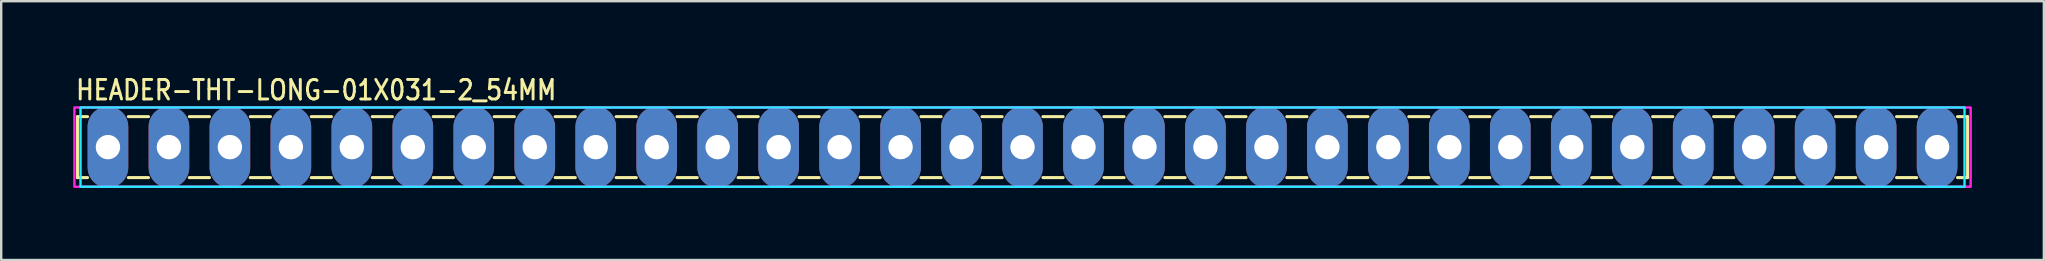
<source format=kicad_pcb>
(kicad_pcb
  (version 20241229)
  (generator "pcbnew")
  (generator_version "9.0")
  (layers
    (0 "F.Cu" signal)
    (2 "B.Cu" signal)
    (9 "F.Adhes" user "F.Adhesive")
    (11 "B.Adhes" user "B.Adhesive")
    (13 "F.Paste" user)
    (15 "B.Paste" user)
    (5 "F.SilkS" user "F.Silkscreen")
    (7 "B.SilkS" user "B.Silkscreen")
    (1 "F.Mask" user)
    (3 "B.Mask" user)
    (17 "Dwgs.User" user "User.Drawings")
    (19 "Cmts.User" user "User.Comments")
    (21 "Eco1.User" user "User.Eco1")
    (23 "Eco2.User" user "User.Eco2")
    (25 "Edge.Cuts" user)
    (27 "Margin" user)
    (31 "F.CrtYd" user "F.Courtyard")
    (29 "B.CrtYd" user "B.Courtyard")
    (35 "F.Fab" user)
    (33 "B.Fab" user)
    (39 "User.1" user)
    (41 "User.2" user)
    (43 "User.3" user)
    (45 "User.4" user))
  (footprint "HEADER-THT-LONG-01X031-2_54MM"
    (layer "F.Cu")
    (at 1.447 3.079)
    (property "Reference" "HEADER-THT-LONG-01X031-2_54MM" (at -1.4 -1.9 0) (unlocked yes) (layer "F.SilkS") (effects (font (size 0.813 0.695) (thickness 0.122)) (justify left bottom)))
    (fp_line (start -1.27 -1.27) (end -1.27 1.27) (stroke (width 0.127) (type solid)) (layer "F.SilkS"))
    (fp_line (start -1.27 1.27) (end -0.85 1.27) (stroke (width 0.127) (type solid)) (layer "F.SilkS"))
    (fp_line (start -0.85 -1.27) (end -1.27 -1.27) (stroke (width 0.127) (type solid)) (layer "F.SilkS"))
    (fp_line (start 0.85 -1.27) (end 1.69 -1.27) (stroke (width 0.127) (type solid)) (layer "F.SilkS"))
    (fp_line (start 0.85 1.27) (end 1.69 1.27) (stroke (width 0.127) (type solid)) (layer "F.SilkS"))
    (fp_line (start 3.39 -1.27) (end 4.23 -1.27) (stroke (width 0.127) (type solid)) (layer "F.SilkS"))
    (fp_line (start 3.39 1.27) (end 4.23 1.27) (stroke (width 0.127) (type solid)) (layer "F.SilkS"))
    (fp_line (start 5.93 -1.27) (end 6.77 -1.27) (stroke (width 0.127) (type solid)) (layer "F.SilkS"))
    (fp_line (start 5.93 1.27) (end 6.77 1.27) (stroke (width 0.127) (type solid)) (layer "F.SilkS"))
    (fp_line (start 8.47 -1.27) (end 9.31 -1.27) (stroke (width 0.127) (type solid)) (layer "F.SilkS"))
    (fp_line (start 8.47 1.27) (end 9.31 1.27) (stroke (width 0.127) (type solid)) (layer "F.SilkS"))
    (fp_line (start 11.01 -1.27) (end 11.85 -1.27) (stroke (width 0.127) (type solid)) (layer "F.SilkS"))
    (fp_line (start 11.01 1.27) (end 11.85 1.27) (stroke (width 0.127) (type solid)) (layer "F.SilkS"))
    (fp_line (start 13.55 -1.27) (end 14.39 -1.27) (stroke (width 0.127) (type solid)) (layer "F.SilkS"))
    (fp_line (start 13.55 1.27) (end 14.39 1.27) (stroke (width 0.127) (type solid)) (layer "F.SilkS"))
    (fp_line (start 16.09 -1.27) (end 16.93 -1.27) (stroke (width 0.127) (type solid)) (layer "F.SilkS"))
    (fp_line (start 16.09 1.27) (end 16.93 1.27) (stroke (width 0.127) (type solid)) (layer "F.SilkS"))
    (fp_line (start 18.63 -1.27) (end 19.47 -1.27) (stroke (width 0.127) (type solid)) (layer "F.SilkS"))
    (fp_line (start 18.63 1.27) (end 19.47 1.27) (stroke (width 0.127) (type solid)) (layer "F.SilkS"))
    (fp_line (start 21.17 -1.27) (end 22.01 -1.27) (stroke (width 0.127) (type solid)) (layer "F.SilkS"))
    (fp_line (start 21.17 1.27) (end 22.01 1.27) (stroke (width 0.127) (type solid)) (layer "F.SilkS"))
    (fp_line (start 23.71 -1.27) (end 24.55 -1.27) (stroke (width 0.127) (type solid)) (layer "F.SilkS"))
    (fp_line (start 23.71 1.27) (end 24.55 1.27) (stroke (width 0.127) (type solid)) (layer "F.SilkS"))
    (fp_line (start 26.25 -1.27) (end 27.09 -1.27) (stroke (width 0.127) (type solid)) (layer "F.SilkS"))
    (fp_line (start 26.25 1.27) (end 27.09 1.27) (stroke (width 0.127) (type solid)) (layer "F.SilkS"))
    (fp_line (start 28.79 -1.27) (end 29.63 -1.27) (stroke (width 0.127) (type solid)) (layer "F.SilkS"))
    (fp_line (start 28.79 1.27) (end 29.63 1.27) (stroke (width 0.127) (type solid)) (layer "F.SilkS"))
    (fp_line (start 31.33 -1.27) (end 32.17 -1.27) (stroke (width 0.127) (type solid)) (layer "F.SilkS"))
    (fp_line (start 31.33 1.27) (end 32.17 1.27) (stroke (width 0.127) (type solid)) (layer "F.SilkS"))
    (fp_line (start 33.87 -1.27) (end 34.71 -1.27) (stroke (width 0.127) (type solid)) (layer "F.SilkS"))
    (fp_line (start 33.87 1.27) (end 34.71 1.27) (stroke (width 0.127) (type solid)) (layer "F.SilkS"))
    (fp_line (start 36.41 -1.27) (end 37.25 -1.27) (stroke (width 0.127) (type solid)) (layer "F.SilkS"))
    (fp_line (start 36.41 1.27) (end 37.25 1.27) (stroke (width 0.127) (type solid)) (layer "F.SilkS"))
    (fp_line (start 38.95 -1.27) (end 39.79 -1.27) (stroke (width 0.127) (type solid)) (layer "F.SilkS"))
    (fp_line (start 38.95 1.27) (end 39.79 1.27) (stroke (width 0.127) (type solid)) (layer "F.SilkS"))
    (fp_line (start 41.49 -1.27) (end 42.33 -1.27) (stroke (width 0.127) (type solid)) (layer "F.SilkS"))
    (fp_line (start 41.49 1.27) (end 42.33 1.27) (stroke (width 0.127) (type solid)) (layer "F.SilkS"))
    (fp_line (start 44.03 -1.27) (end 44.87 -1.27) (stroke (width 0.127) (type solid)) (layer "F.SilkS"))
    (fp_line (start 44.03 1.27) (end 44.87 1.27) (stroke (width 0.127) (type solid)) (layer "F.SilkS"))
    (fp_line (start 46.57 -1.27) (end 47.41 -1.27) (stroke (width 0.127) (type solid)) (layer "F.SilkS"))
    (fp_line (start 46.57 1.27) (end 47.41 1.27) (stroke (width 0.127) (type solid)) (layer "F.SilkS"))
    (fp_line (start 49.11 -1.27) (end 49.95 -1.27) (stroke (width 0.127) (type solid)) (layer "F.SilkS"))
    (fp_line (start 49.11 1.27) (end 49.95 1.27) (stroke (width 0.127) (type solid)) (layer "F.SilkS"))
    (fp_line (start 51.65 -1.27) (end 52.49 -1.27) (stroke (width 0.127) (type solid)) (layer "F.SilkS"))
    (fp_line (start 51.65 1.27) (end 52.49 1.27) (stroke (width 0.127) (type solid)) (layer "F.SilkS"))
    (fp_line (start 54.19 -1.27) (end 55.03 -1.27) (stroke (width 0.127) (type solid)) (layer "F.SilkS"))
    (fp_line (start 54.19 1.27) (end 55.03 1.27) (stroke (width 0.127) (type solid)) (layer "F.SilkS"))
    (fp_line (start 56.73 -1.27) (end 57.57 -1.27) (stroke (width 0.127) (type solid)) (layer "F.SilkS"))
    (fp_line (start 56.73 1.27) (end 57.57 1.27) (stroke (width 0.127) (type solid)) (layer "F.SilkS"))
    (fp_line (start 59.27 -1.27) (end 60.11 -1.27) (stroke (width 0.127) (type solid)) (layer "F.SilkS"))
    (fp_line (start 59.27 1.27) (end 60.11 1.27) (stroke (width 0.127) (type solid)) (layer "F.SilkS"))
    (fp_line (start 61.81 -1.27) (end 62.65 -1.27) (stroke (width 0.127) (type solid)) (layer "F.SilkS"))
    (fp_line (start 61.81 1.27) (end 62.65 1.27) (stroke (width 0.127) (type solid)) (layer "F.SilkS"))
    (fp_line (start 64.35 -1.27) (end 65.19 -1.27) (stroke (width 0.127) (type solid)) (layer "F.SilkS"))
    (fp_line (start 64.35 1.27) (end 65.19 1.27) (stroke (width 0.127) (type solid)) (layer "F.SilkS"))
    (fp_line (start 66.89 -1.27) (end 67.73 -1.27) (stroke (width 0.127) (type solid)) (layer "F.SilkS"))
    (fp_line (start 66.89 1.27) (end 67.73 1.27) (stroke (width 0.127) (type solid)) (layer "F.SilkS"))
    (fp_line (start 69.43 -1.27) (end 70.27 -1.27) (stroke (width 0.127) (type solid)) (layer "F.SilkS"))
    (fp_line (start 69.43 1.27) (end 70.27 1.27) (stroke (width 0.127) (type solid)) (layer "F.SilkS"))
    (fp_line (start 71.97 -1.27) (end 72.81 -1.27) (stroke (width 0.127) (type solid)) (layer "F.SilkS"))
    (fp_line (start 71.97 1.27) (end 72.81 1.27) (stroke (width 0.127) (type solid)) (layer "F.SilkS"))
    (fp_line (start 74.51 -1.27) (end 75.35 -1.27) (stroke (width 0.127) (type solid)) (layer "F.SilkS"))
    (fp_line (start 74.51 1.27) (end 75.35 1.27) (stroke (width 0.127) (type solid)) (layer "F.SilkS"))
    (fp_line (start 77.05 -1.27) (end 77.47 -1.27) (stroke (width 0.127) (type solid)) (layer "F.SilkS"))
    (fp_line (start 77.47 -1.27) (end 77.47 1.27) (stroke (width 0.127) (type solid)) (layer "F.SilkS"))
    (fp_line (start 77.47 1.27) (end 77.05 1.27) (stroke (width 0.127) (type solid)) (layer "F.SilkS"))
    (fp_poly (pts (xy -1.143 -1.651) (xy 77.343 -1.651) (xy 77.343 1.651) (xy -1.143 1.651)) (stroke (width 0.1) (type solid)) (fill no) (layer "B.CrtYd"))
    (fp_poly (pts (xy -1.397 -1.651) (xy 77.597 -1.651) (xy 77.597 1.651) (xy -1.397 1.651)) (stroke (width 0.1) (type solid)) (fill no) (layer "F.CrtYd"))
    (pad "1" thru_hole oval (at 0 0 90) (size 3.387 1.693) (drill 1.016) (layers "*.Cu" "*.Mask"))
    (pad "2" thru_hole oval (at 2.54 0 90) (size 3.387 1.693) (drill 1.016) (layers "*.Cu" "*.Mask"))
    (pad "3" thru_hole oval (at 5.08 0 90) (size 3.387 1.693) (drill 1.016) (layers "*.Cu" "*.Mask"))
    (pad "4" thru_hole oval (at 7.62 0 90) (size 3.387 1.693) (drill 1.016) (layers "*.Cu" "*.Mask"))
    (pad "5" thru_hole oval (at 10.16 0 90) (size 3.387 1.693) (drill 1.016) (layers "*.Cu" "*.Mask"))
    (pad "6" thru_hole oval (at 12.7 0 90) (size 3.387 1.693) (drill 1.016) (layers "*.Cu" "*.Mask"))
    (pad "7" thru_hole oval (at 15.24 0 90) (size 3.387 1.693) (drill 1.016) (layers "*.Cu" "*.Mask"))
    (pad "8" thru_hole oval (at 17.78 0 90) (size 3.387 1.693) (drill 1.016) (layers "*.Cu" "*.Mask"))
    (pad "9" thru_hole oval (at 20.32 0 90) (size 3.387 1.693) (drill 1.016) (layers "*.Cu" "*.Mask"))
    (pad "10" thru_hole oval (at 22.86 0 90) (size 3.387 1.693) (drill 1.016) (layers "*.Cu" "*.Mask"))
    (pad "11" thru_hole oval (at 25.4 0 90) (size 3.387 1.693) (drill 1.016) (layers "*.Cu" "*.Mask"))
    (pad "12" thru_hole oval (at 27.94 0 90) (size 3.387 1.693) (drill 1.016) (layers "*.Cu" "*.Mask"))
    (pad "13" thru_hole oval (at 30.48 0 90) (size 3.387 1.693) (drill 1.016) (layers "*.Cu" "*.Mask"))
    (pad "14" thru_hole oval (at 33.02 0 90) (size 3.387 1.693) (drill 1.016) (layers "*.Cu" "*.Mask"))
    (pad "15" thru_hole oval (at 35.56 0 90) (size 3.387 1.693) (drill 1.016) (layers "*.Cu" "*.Mask"))
    (pad "16" thru_hole oval (at 38.1 0 90) (size 3.387 1.693) (drill 1.016) (layers "*.Cu" "*.Mask"))
    (pad "17" thru_hole oval (at 40.64 0 90) (size 3.387 1.693) (drill 1.016) (layers "*.Cu" "*.Mask"))
    (pad "18" thru_hole oval (at 43.18 0 90) (size 3.387 1.693) (drill 1.016) (layers "*.Cu" "*.Mask"))
    (pad "19" thru_hole oval (at 45.72 0 90) (size 3.387 1.693) (drill 1.016) (layers "*.Cu" "*.Mask"))
    (pad "20" thru_hole oval (at 48.26 0 90) (size 3.387 1.693) (drill 1.016) (layers "*.Cu" "*.Mask"))
    (pad "21" thru_hole oval (at 50.8 0 90) (size 3.387 1.693) (drill 1.016) (layers "*.Cu" "*.Mask"))
    (pad "22" thru_hole oval (at 53.34 0 90) (size 3.387 1.693) (drill 1.016) (layers "*.Cu" "*.Mask"))
    (pad "23" thru_hole oval (at 55.88 0 90) (size 3.387 1.693) (drill 1.016) (layers "*.Cu" "*.Mask"))
    (pad "24" thru_hole oval (at 58.42 0 90) (size 3.387 1.693) (drill 1.016) (layers "*.Cu" "*.Mask"))
    (pad "25" thru_hole oval (at 60.96 0 90) (size 3.387 1.693) (drill 1.016) (layers "*.Cu" "*.Mask"))
    (pad "26" thru_hole oval (at 63.5 0 90) (size 3.387 1.693) (drill 1.016) (layers "*.Cu" "*.Mask"))
    (pad "27" thru_hole oval (at 66.04 0 90) (size 3.387 1.693) (drill 1.016) (layers "*.Cu" "*.Mask"))
    (pad "28" thru_hole oval (at 68.58 0 90) (size 3.387 1.693) (drill 1.016) (layers "*.Cu" "*.Mask"))
    (pad "29" thru_hole oval (at 71.12 0 90) (size 3.387 1.693) (drill 1.016) (layers "*.Cu" "*.Mask"))
    (pad "30" thru_hole oval (at 73.66 0 90) (size 3.387 1.693) (drill 1.016) (layers "*.Cu" "*.Mask"))
    (pad "31" thru_hole oval (at 76.2 0 90) (size 3.387 1.693) (drill 1.016) (layers "*.Cu" "*.Mask")))
  (gr_rect
    (start -3 -3)
    (end 82.094 7.78)
    (stroke (width 0.1) (type default))
    (fill no)
    (layer "Edge.Cuts")))
</source>
